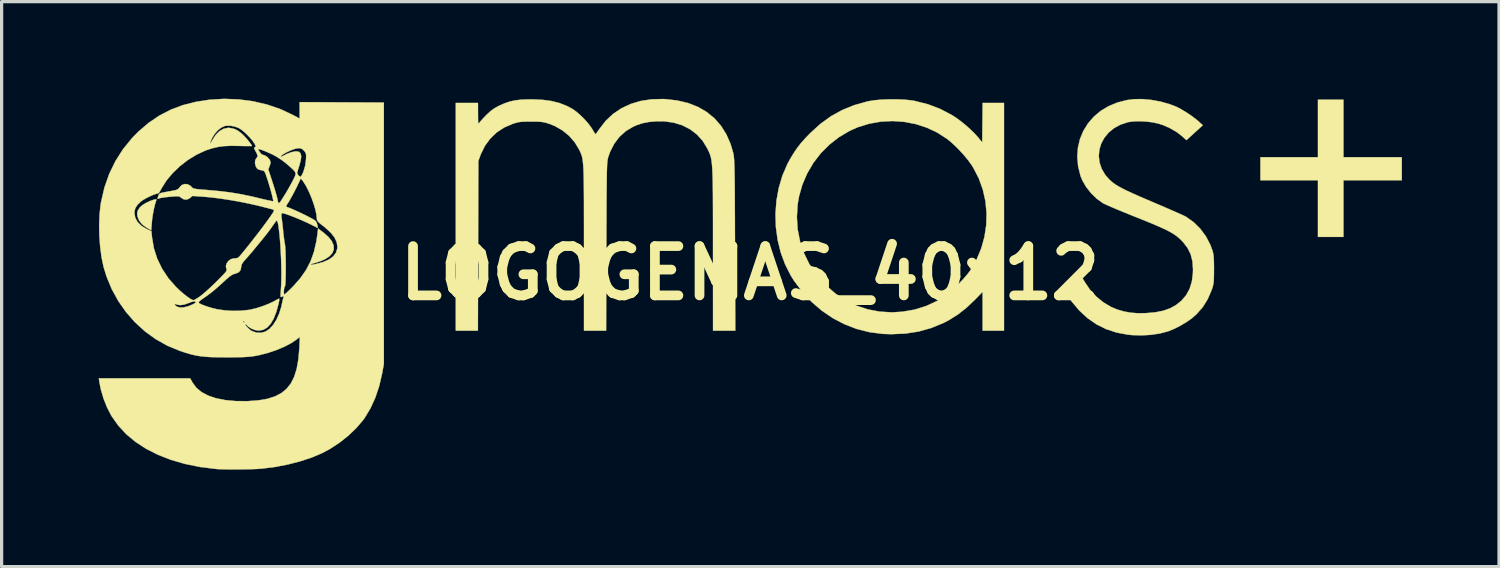
<source format=kicad_pcb>
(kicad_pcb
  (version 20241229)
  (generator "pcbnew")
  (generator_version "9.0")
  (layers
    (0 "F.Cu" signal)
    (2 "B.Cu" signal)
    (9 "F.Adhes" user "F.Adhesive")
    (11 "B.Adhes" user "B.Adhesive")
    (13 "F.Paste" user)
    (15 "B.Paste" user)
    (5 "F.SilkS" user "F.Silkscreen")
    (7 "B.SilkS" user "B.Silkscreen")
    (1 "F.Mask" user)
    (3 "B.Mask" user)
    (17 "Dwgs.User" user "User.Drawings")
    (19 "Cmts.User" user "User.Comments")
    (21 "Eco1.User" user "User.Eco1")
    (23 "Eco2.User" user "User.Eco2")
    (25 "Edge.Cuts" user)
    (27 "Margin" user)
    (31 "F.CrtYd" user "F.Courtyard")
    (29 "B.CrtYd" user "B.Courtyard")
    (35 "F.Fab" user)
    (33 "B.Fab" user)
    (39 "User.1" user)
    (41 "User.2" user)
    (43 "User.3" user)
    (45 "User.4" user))
  (footprint "LOGOGEMAS_40x12"
    (layer "F.Cu")
    (at 20.128 5.39)
    (property "Reference" "LOGOGEMAS_40x12" (at 0 0 0) (layer "F.SilkS") (effects (font (size 1.524 1.524) (thickness 0.3))))
    (attr through_hole)
    (fp_poly (pts (xy 18.339 -3.581) (xy 20.142 -3.581) (xy 20.142 -2.87) (xy 18.339 -2.87) (xy 18.339 -1.118) (xy 17.551 -1.118) (xy 17.551 -2.87) (xy 15.773 -2.87) (xy 15.773 -3.581) (xy 17.551 -3.581) (xy 17.551 -5.359) (xy 18.339 -5.359) (xy 18.339 -3.581)) (stroke (width 0.01) (type solid)) (fill yes) (layer "F.SilkS"))
    (fp_poly (pts (xy -18.342 -2.271) (xy -18.35 -2.245) (xy -18.386 -2.134) (xy -18.421 -1.989) (xy -18.452 -1.828) (xy -18.476 -1.667) (xy -18.486 -1.565) (xy -18.504 -1.322) (xy -18.634 -1.396) (xy -18.778 -1.499) (xy -18.876 -1.618) (xy -18.924 -1.732) (xy -18.941 -1.84) (xy -18.922 -1.93) (xy -18.863 -2.021) (xy -18.847 -2.04) (xy -18.773 -2.104) (xy -18.666 -2.169) (xy -18.544 -2.228) (xy -18.423 -2.27) (xy -18.404 -2.275) (xy -18.354 -2.284) (xy -18.342 -2.271)) (stroke (width 0.01) (type solid)) (fill yes) (layer "F.SilkS"))
    (fp_poly (pts (xy 4.546 -5.371) (xy 4.778 -5.36) (xy 4.985 -5.339) (xy 5.08 -5.323) (xy 5.492 -5.22) (xy 5.877 -5.074) (xy 6.235 -4.886) (xy 6.347 -4.816) (xy 6.502 -4.703) (xy 6.667 -4.57) (xy 6.826 -4.427) (xy 6.965 -4.289) (xy 7.048 -4.195) (xy 7.176 -4.04) (xy 7.182 -4.649) (xy 7.189 -5.258) (xy 7.849 -5.258) (xy 7.849 1.778) (xy 7.188 1.778) (xy 7.188 0.578) (xy 6.941 0.832) (xy 6.685 1.074) (xy 6.428 1.276) (xy 6.158 1.446) (xy 5.983 1.538) (xy 5.606 1.694) (xy 5.211 1.805) (xy 4.797 1.869) (xy 4.362 1.887) (xy 4.102 1.878) (xy 3.695 1.826) (xy 3.299 1.726) (xy 2.919 1.58) (xy 2.557 1.391) (xy 2.217 1.159) (xy 1.902 0.889) (xy 1.616 0.58) (xy 1.361 0.237) (xy 1.262 0.079) (xy 1.085 -0.269) (xy 0.948 -0.64) (xy 0.853 -1.028) (xy 0.799 -1.427) (xy 0.79 -1.735) (xy 1.448 -1.735) (xy 1.472 -1.353) (xy 1.545 -0.983) (xy 1.664 -0.626) (xy 1.828 -0.288) (xy 2.038 0.029) (xy 2.079 0.082) (xy 2.345 0.377) (xy 2.637 0.63) (xy 2.951 0.839) (xy 3.285 1.003) (xy 3.637 1.12) (xy 4.004 1.19) (xy 4.383 1.213) (xy 4.712 1.193) (xy 5.086 1.128) (xy 5.437 1.019) (xy 5.768 0.865) (xy 5.963 0.747) (xy 6.11 0.638) (xy 6.271 0.501) (xy 6.435 0.346) (xy 6.59 0.185) (xy 6.723 0.029) (xy 6.814 -0.093) (xy 7.003 -0.422) (xy 7.147 -0.767) (xy 7.246 -1.126) (xy 7.301 -1.491) (xy 7.31 -1.859) (xy 7.275 -2.225) (xy 7.194 -2.584) (xy 7.069 -2.93) (xy 6.898 -3.26) (xy 6.849 -3.338) (xy 6.733 -3.499) (xy 6.587 -3.673) (xy 6.425 -3.847) (xy 6.26 -4.006) (xy 6.106 -4.136) (xy 6.096 -4.143) (xy 5.794 -4.339) (xy 5.469 -4.493) (xy 5.125 -4.605) (xy 4.77 -4.674) (xy 4.407 -4.7) (xy 4.044 -4.681) (xy 3.685 -4.618) (xy 3.337 -4.511) (xy 3.079 -4.397) (xy 2.751 -4.203) (xy 2.452 -3.97) (xy 2.187 -3.704) (xy 1.958 -3.407) (xy 1.768 -3.083) (xy 1.619 -2.738) (xy 1.515 -2.375) (xy 1.472 -2.123) (xy 1.448 -1.735) (xy 0.79 -1.735) (xy 0.787 -1.83) (xy 0.816 -2.232) (xy 0.887 -2.626) (xy 0.999 -3.007) (xy 1.153 -3.367) (xy 1.238 -3.525) (xy 1.348 -3.706) (xy 1.456 -3.866) (xy 1.573 -4.016) (xy 1.71 -4.17) (xy 1.867 -4.332) (xy 2.178 -4.614) (xy 2.503 -4.849) (xy 2.848 -5.04) (xy 3.218 -5.19) (xy 3.619 -5.303) (xy 3.666 -5.313) (xy 3.848 -5.342) (xy 4.066 -5.362) (xy 4.304 -5.371) (xy 4.546 -5.371)) (stroke (width 0.01) (type solid)) (fill yes) (layer "F.SilkS"))
    (fp_poly (pts (xy 12.411 -5.351) (xy 12.696 -5.298) (xy 12.97 -5.22) (xy 13.17 -5.143) (xy 13.312 -5.07) (xy 13.474 -4.974) (xy 13.637 -4.865) (xy 13.784 -4.754) (xy 13.861 -4.689) (xy 13.993 -4.57) (xy 13.74 -4.34) (xy 13.488 -4.11) (xy 13.343 -4.239) (xy 13.174 -4.367) (xy 12.973 -4.483) (xy 12.759 -4.576) (xy 12.606 -4.625) (xy 12.424 -4.662) (xy 12.225 -4.685) (xy 12.024 -4.694) (xy 11.837 -4.687) (xy 11.681 -4.665) (xy 11.674 -4.663) (xy 11.444 -4.587) (xy 11.246 -4.478) (xy 11.08 -4.341) (xy 10.949 -4.181) (xy 10.853 -4.004) (xy 10.796 -3.814) (xy 10.778 -3.618) (xy 10.801 -3.419) (xy 10.867 -3.224) (xy 10.977 -3.037) (xy 11.104 -2.891) (xy 11.167 -2.834) (xy 11.235 -2.78) (xy 11.313 -2.725) (xy 11.408 -2.669) (xy 11.522 -2.608) (xy 11.661 -2.539) (xy 11.83 -2.461) (xy 12.033 -2.371) (xy 12.275 -2.267) (xy 12.475 -2.182) (xy 12.68 -2.094) (xy 12.874 -2.011) (xy 13.051 -1.934) (xy 13.206 -1.866) (xy 13.332 -1.809) (xy 13.423 -1.767) (xy 13.474 -1.742) (xy 13.476 -1.74) (xy 13.709 -1.575) (xy 13.915 -1.371) (xy 14.09 -1.134) (xy 14.226 -0.872) (xy 14.29 -0.699) (xy 14.309 -0.629) (xy 14.322 -0.553) (xy 14.331 -0.461) (xy 14.336 -0.341) (xy 14.338 -0.185) (xy 14.338 -0.114) (xy 14.337 0.047) (xy 14.334 0.168) (xy 14.329 0.26) (xy 14.32 0.334) (xy 14.305 0.401) (xy 14.283 0.471) (xy 14.266 0.521) (xy 14.144 0.805) (xy 13.989 1.054) (xy 13.796 1.272) (xy 13.656 1.394) (xy 13.497 1.507) (xy 13.31 1.619) (xy 13.116 1.718) (xy 12.934 1.793) (xy 12.908 1.802) (xy 12.661 1.867) (xy 12.384 1.908) (xy 12.092 1.924) (xy 11.8 1.915) (xy 11.671 1.901) (xy 11.324 1.836) (xy 11.003 1.73) (xy 10.706 1.583) (xy 10.431 1.392) (xy 10.176 1.157) (xy 9.939 0.876) (xy 9.718 0.548) (xy 9.706 0.529) (xy 9.65 0.436) (xy 9.928 0.269) (xy 10.034 0.206) (xy 10.125 0.154) (xy 10.192 0.118) (xy 10.226 0.102) (xy 10.227 0.102) (xy 10.249 0.123) (xy 10.287 0.178) (xy 10.335 0.257) (xy 10.351 0.284) (xy 10.507 0.515) (xy 10.7 0.725) (xy 10.92 0.904) (xy 11.159 1.046) (xy 11.338 1.121) (xy 11.55 1.184) (xy 11.757 1.222) (xy 11.976 1.24) (xy 12.225 1.237) (xy 12.243 1.236) (xy 12.528 1.211) (xy 12.774 1.162) (xy 12.986 1.086) (xy 13.171 0.982) (xy 13.332 0.852) (xy 13.477 0.683) (xy 13.583 0.49) (xy 13.653 0.267) (xy 13.686 0.012) (xy 13.69 -0.118) (xy 13.673 -0.365) (xy 13.618 -0.582) (xy 13.522 -0.778) (xy 13.381 -0.961) (xy 13.32 -1.024) (xy 13.25 -1.089) (xy 13.175 -1.15) (xy 13.09 -1.209) (xy 12.991 -1.268) (xy 12.871 -1.331) (xy 12.726 -1.399) (xy 12.551 -1.476) (xy 12.341 -1.564) (xy 12.092 -1.665) (xy 11.938 -1.726) (xy 11.73 -1.81) (xy 11.531 -1.891) (xy 11.349 -1.966) (xy 11.188 -2.034) (xy 11.056 -2.092) (xy 10.959 -2.136) (xy 10.902 -2.165) (xy 10.9 -2.166) (xy 10.713 -2.301) (xy 10.539 -2.471) (xy 10.388 -2.662) (xy 10.271 -2.864) (xy 10.213 -3.005) (xy 10.139 -3.304) (xy 10.113 -3.595) (xy 10.134 -3.877) (xy 10.197 -4.145) (xy 10.302 -4.396) (xy 10.445 -4.626) (xy 10.623 -4.833) (xy 10.836 -5.012) (xy 11.08 -5.159) (xy 11.352 -5.272) (xy 11.651 -5.348) (xy 11.874 -5.376) (xy 12.132 -5.378) (xy 12.411 -5.351)) (stroke (width 0.01) (type solid)) (fill yes) (layer "F.SilkS"))
    (fp_poly (pts (xy -2.618 -5.377) (xy -2.25 -5.335) (xy -1.913 -5.255) (xy -1.609 -5.136) (xy -1.338 -4.979) (xy -1.101 -4.785) (xy -0.898 -4.554) (xy -0.731 -4.288) (xy -0.599 -3.986) (xy -0.518 -3.708) (xy -0.511 -3.675) (xy -0.504 -3.636) (xy -0.499 -3.59) (xy -0.494 -3.534) (xy -0.489 -3.464) (xy -0.485 -3.377) (xy -0.482 -3.27) (xy -0.479 -3.14) (xy -0.476 -2.984) (xy -0.474 -2.799) (xy -0.472 -2.582) (xy -0.47 -2.33) (xy -0.469 -2.04) (xy -0.467 -1.708) (xy -0.466 -1.332) (xy -0.464 -0.908) (xy -0.464 -0.87) (xy -0.455 1.778) (xy -1.143 1.778) (xy -1.144 -0.73) (xy -1.144 -1.164) (xy -1.144 -1.551) (xy -1.145 -1.892) (xy -1.146 -2.193) (xy -1.147 -2.455) (xy -1.15 -2.683) (xy -1.153 -2.878) (xy -1.158 -3.045) (xy -1.164 -3.186) (xy -1.172 -3.305) (xy -1.181 -3.405) (xy -1.192 -3.489) (xy -1.205 -3.56) (xy -1.221 -3.621) (xy -1.239 -3.675) (xy -1.26 -3.727) (xy -1.283 -3.778) (xy -1.31 -3.831) (xy -1.323 -3.859) (xy -1.464 -4.089) (xy -1.641 -4.285) (xy -1.851 -4.445) (xy -2.089 -4.567) (xy -2.354 -4.649) (xy -2.641 -4.69) (xy -2.894 -4.692) (xy -3.124 -4.671) (xy -3.321 -4.632) (xy -3.504 -4.572) (xy -3.618 -4.521) (xy -3.842 -4.386) (xy -4.036 -4.211) (xy -4.196 -3.999) (xy -4.323 -3.753) (xy -4.387 -3.569) (xy -4.394 -3.541) (xy -4.4 -3.508) (xy -4.406 -3.467) (xy -4.411 -3.415) (xy -4.416 -3.349) (xy -4.419 -3.265) (xy -4.423 -3.162) (xy -4.426 -3.034) (xy -4.428 -2.881) (xy -4.43 -2.698) (xy -4.432 -2.482) (xy -4.434 -2.231) (xy -4.435 -1.941) (xy -4.436 -1.61) (xy -4.438 -1.233) (xy -4.439 -0.819) (xy -4.447 1.778) (xy -5.131 1.778) (xy -5.131 -0.781) (xy -5.131 -1.211) (xy -5.131 -1.594) (xy -5.132 -1.932) (xy -5.132 -2.229) (xy -5.134 -2.487) (xy -5.136 -2.71) (xy -5.139 -2.902) (xy -5.142 -3.064) (xy -5.147 -3.201) (xy -5.154 -3.316) (xy -5.162 -3.411) (xy -5.171 -3.489) (xy -5.182 -3.555) (xy -5.195 -3.611) (xy -5.211 -3.66) (xy -5.228 -3.705) (xy -5.248 -3.749) (xy -5.271 -3.796) (xy -5.282 -3.82) (xy -5.417 -4.043) (xy -5.591 -4.243) (xy -5.8 -4.413) (xy -6.035 -4.547) (xy -6.203 -4.614) (xy -6.294 -4.642) (xy -6.374 -4.662) (xy -6.455 -4.674) (xy -6.552 -4.681) (xy -6.678 -4.683) (xy -6.769 -4.683) (xy -6.919 -4.682) (xy -7.031 -4.678) (xy -7.12 -4.67) (xy -7.198 -4.654) (xy -7.281 -4.631) (xy -7.33 -4.615) (xy -7.593 -4.502) (xy -7.827 -4.349) (xy -8.027 -4.158) (xy -8.192 -3.933) (xy -8.319 -3.676) (xy -8.335 -3.632) (xy -8.395 -3.467) (xy -8.402 -0.845) (xy -8.409 1.778) (xy -9.093 1.778) (xy -9.093 -5.258) (xy -8.407 -5.258) (xy -8.406 -4.921) (xy -8.405 -4.786) (xy -8.403 -4.695) (xy -8.399 -4.642) (xy -8.392 -4.621) (xy -8.38 -4.625) (xy -8.364 -4.647) (xy -8.363 -4.648) (xy -8.328 -4.693) (xy -8.266 -4.763) (xy -8.188 -4.845) (xy -8.141 -4.893) (xy -8.021 -5.004) (xy -7.906 -5.089) (xy -7.774 -5.163) (xy -7.746 -5.176) (xy -7.577 -5.25) (xy -7.415 -5.304) (xy -7.247 -5.34) (xy -7.061 -5.361) (xy -6.843 -5.369) (xy -6.731 -5.369) (xy -6.417 -5.356) (xy -6.141 -5.319) (xy -5.892 -5.257) (xy -5.662 -5.166) (xy -5.493 -5.077) (xy -5.373 -4.993) (xy -5.24 -4.878) (xy -5.107 -4.746) (xy -4.988 -4.61) (xy -4.896 -4.483) (xy -4.877 -4.451) (xy -4.831 -4.374) (xy -4.795 -4.317) (xy -4.775 -4.294) (xy -4.774 -4.293) (xy -4.755 -4.313) (xy -4.716 -4.365) (xy -4.665 -4.439) (xy -4.652 -4.457) (xy -4.459 -4.707) (xy -4.232 -4.92) (xy -3.975 -5.093) (xy -3.689 -5.227) (xy -3.377 -5.32) (xy -3.042 -5.371) (xy -2.685 -5.38) (xy -2.618 -5.377)) (stroke (width 0.01) (type solid)) (fill yes) (layer "F.SilkS"))
    (fp_poly (pts (xy -15.799 -5.368) (xy -15.353 -5.309) (xy -14.921 -5.208) (xy -14.509 -5.067) (xy -14.129 -4.888) (xy -13.919 -4.775) (xy -13.919 -5.029) (xy -13.919 -5.284) (xy -11.316 -5.271) (xy -11.316 2.807) (xy -11.371 3.111) (xy -11.459 3.49) (xy -11.578 3.846) (xy -11.727 4.173) (xy -11.901 4.464) (xy -11.961 4.547) (xy -12.168 4.789) (xy -12.414 5.024) (xy -12.688 5.241) (xy -12.978 5.431) (xy -13.23 5.566) (xy -13.548 5.7) (xy -13.904 5.817) (xy -14.286 5.915) (xy -14.683 5.991) (xy -15.085 6.042) (xy -15.113 6.044) (xy -15.228 6.052) (xy -15.379 6.058) (xy -15.556 6.062) (xy -15.747 6.065) (xy -15.941 6.066) (xy -16.126 6.065) (xy -16.291 6.062) (xy -16.425 6.058) (xy -16.497 6.053) (xy -16.993 5.991) (xy -17.459 5.897) (xy -17.893 5.771) (xy -18.293 5.616) (xy -18.659 5.431) (xy -18.987 5.218) (xy -19.276 4.978) (xy -19.524 4.711) (xy -19.73 4.418) (xy -19.744 4.395) (xy -19.872 4.146) (xy -19.98 3.872) (xy -20.062 3.594) (xy -20.106 3.372) (xy -20.123 3.251) (xy -17.302 3.251) (xy -17.224 3.389) (xy -17.107 3.546) (xy -16.946 3.678) (xy -16.744 3.786) (xy -16.501 3.868) (xy -16.219 3.924) (xy -15.899 3.954) (xy -15.544 3.957) (xy -15.507 3.955) (xy -15.191 3.932) (xy -14.917 3.885) (xy -14.682 3.811) (xy -14.484 3.708) (xy -14.32 3.574) (xy -14.187 3.405) (xy -14.085 3.2) (xy -14.009 2.955) (xy -13.958 2.669) (xy -13.929 2.339) (xy -13.927 2.312) (xy -13.911 1.97) (xy -14.012 2.051) (xy -14.183 2.166) (xy -14.394 2.276) (xy -14.634 2.377) (xy -14.893 2.464) (xy -15.159 2.533) (xy -15.278 2.557) (xy -15.373 2.572) (xy -15.474 2.584) (xy -15.589 2.592) (xy -15.726 2.598) (xy -15.893 2.601) (xy -16.1 2.602) (xy -16.192 2.602) (xy -16.443 2.601) (xy -16.652 2.596) (xy -16.83 2.585) (xy -16.988 2.568) (xy -17.134 2.543) (xy -17.28 2.509) (xy -17.434 2.464) (xy -17.608 2.407) (xy -17.631 2.398) (xy -18.011 2.241) (xy -18.369 2.039) (xy -18.702 1.797) (xy -19.007 1.518) (xy -19.026 1.497) (xy -15.672 1.497) (xy -15.653 1.523) (xy -15.646 1.524) (xy -15.622 1.515) (xy -15.621 1.513) (xy -15.639 1.491) (xy -15.646 1.486) (xy -15.67 1.488) (xy -15.672 1.497) (xy -19.026 1.497) (xy -19.282 1.206) (xy -19.449 0.967) (xy -17.779 0.967) (xy -17.756 1) (xy -17.724 1.027) (xy -17.634 1.061) (xy -17.515 1.061) (xy -17.374 1.028) (xy -17.341 1.016) (xy -17.256 0.981) (xy -17.185 0.947) (xy -17.156 0.929) (xy -17.129 0.906) (xy -17.042 0.906) (xy -17.02 0.931) (xy -16.957 0.965) (xy -16.862 1.003) (xy -16.745 1.043) (xy -16.614 1.081) (xy -16.479 1.114) (xy -16.454 1.119) (xy -16.226 1.152) (xy -15.973 1.167) (xy -15.719 1.161) (xy -15.485 1.136) (xy -15.44 1.128) (xy -15.268 1.087) (xy -15.081 1.028) (xy -14.897 0.958) (xy -14.736 0.884) (xy -14.681 0.854) (xy -14.613 0.817) (xy -14.564 0.792) (xy -14.55 0.788) (xy -14.547 0.81) (xy -14.554 0.869) (xy -14.57 0.946) (xy -14.64 1.202) (xy -14.722 1.41) (xy -14.816 1.57) (xy -14.923 1.684) (xy -15.045 1.753) (xy -15.181 1.777) (xy -15.189 1.777) (xy -15.294 1.76) (xy -15.405 1.717) (xy -15.499 1.658) (xy -15.53 1.629) (xy -15.573 1.589) (xy -15.605 1.575) (xy -15.605 1.59) (xy -15.577 1.627) (xy -15.532 1.677) (xy -15.479 1.728) (xy -15.428 1.769) (xy -15.405 1.784) (xy -15.26 1.838) (xy -15.11 1.844) (xy -14.973 1.807) (xy -14.852 1.726) (xy -14.739 1.603) (xy -14.637 1.442) (xy -14.551 1.253) (xy -14.485 1.042) (xy -14.469 0.967) (xy -14.448 0.868) (xy -14.429 0.788) (xy -14.415 0.74) (xy -14.412 0.733) (xy -14.411 0.713) (xy -14.447 0.721) (xy -14.474 0.734) (xy -14.493 0.741) (xy -14.504 0.731) (xy -14.508 0.697) (xy -14.506 0.629) (xy -14.498 0.522) (xy -14.496 0.487) (xy -14.487 0.333) (xy -14.483 0.156) (xy -14.482 -0.039) (xy -14.486 -0.245) (xy -14.492 -0.457) (xy -14.502 -0.668) (xy -14.514 -0.873) (xy -14.529 -1.065) (xy -14.545 -1.238) (xy -14.563 -1.387) (xy -14.581 -1.504) (xy -14.601 -1.585) (xy -14.62 -1.623) (xy -14.626 -1.625) (xy -14.647 -1.605) (xy -14.688 -1.553) (xy -14.74 -1.479) (xy -14.754 -1.458) (xy -14.812 -1.375) (xy -14.893 -1.267) (xy -14.988 -1.145) (xy -15.086 -1.023) (xy -15.11 -0.994) (xy -15.2 -0.885) (xy -15.282 -0.786) (xy -15.349 -0.704) (xy -15.395 -0.649) (xy -15.405 -0.637) (xy -15.447 -0.588) (xy -15.51 -0.516) (xy -15.582 -0.435) (xy -15.589 -0.427) (xy -15.662 -0.342) (xy -15.703 -0.278) (xy -15.721 -0.222) (xy -15.723 -0.194) (xy -15.744 -0.093) (xy -15.806 -0.022) (xy -15.908 0.018) (xy -15.915 0.02) (xy -15.967 0.034) (xy -16.023 0.064) (xy -16.092 0.114) (xy -16.182 0.19) (xy -16.271 0.271) (xy -16.422 0.409) (xy -16.548 0.519) (xy -16.663 0.612) (xy -16.776 0.696) (xy -16.896 0.779) (xy -16.969 0.832) (xy -17.022 0.877) (xy -17.042 0.906) (xy -17.042 0.906) (xy -17.129 0.906) (xy -17.123 0.9) (xy -17.13 0.885) (xy -17.152 0.875) (xy -17.203 0.876) (xy -17.285 0.899) (xy -17.346 0.924) (xy -17.487 0.973) (xy -17.613 0.99) (xy -17.714 0.972) (xy -17.731 0.964) (xy -17.771 0.952) (xy -17.779 0.967) (xy -19.449 0.967) (xy -19.522 0.864) (xy -19.724 0.496) (xy -19.886 0.105) (xy -19.978 -0.195) (xy -20.039 -0.485) (xy -20.082 -0.807) (xy -20.108 -1.146) (xy -20.114 -1.488) (xy -20.101 -1.818) (xy -20.096 -1.862) (xy -19.024 -1.862) (xy -18.999 -1.714) (xy -18.926 -1.579) (xy -18.808 -1.462) (xy -18.646 -1.363) (xy -18.628 -1.355) (xy -18.498 -1.295) (xy -18.481 -1.111) (xy -18.425 -0.775) (xy -18.321 -0.449) (xy -18.17 -0.137) (xy -17.976 0.156) (xy -17.74 0.425) (xy -17.732 0.433) (xy -17.614 0.545) (xy -17.496 0.647) (xy -17.387 0.732) (xy -17.294 0.796) (xy -17.224 0.831) (xy -17.199 0.837) (xy -17.163 0.824) (xy -17.099 0.787) (xy -17.018 0.734) (xy -16.996 0.719) (xy -16.922 0.661) (xy -16.822 0.575) (xy -16.706 0.471) (xy -16.584 0.356) (xy -16.489 0.264) (xy -16.37 0.145) (xy -16.284 0.057) (xy -16.225 -0.008) (xy -16.19 -0.053) (xy -16.174 -0.085) (xy -16.173 -0.109) (xy -16.18 -0.126) (xy -16.198 -0.208) (xy -16.176 -0.294) (xy -16.124 -0.371) (xy -16.05 -0.428) (xy -15.963 -0.454) (xy -15.936 -0.453) (xy -15.846 -0.465) (xy -15.802 -0.492) (xy -15.762 -0.535) (xy -15.697 -0.611) (xy -15.612 -0.715) (xy -15.512 -0.84) (xy -15.402 -0.978) (xy -15.288 -1.125) (xy -15.174 -1.272) (xy -15.067 -1.414) (xy -14.971 -1.543) (xy -14.911 -1.625) (xy -14.825 -1.746) (xy -14.784 -1.806) (xy -14.485 -1.806) (xy -14.477 -1.721) (xy -14.467 -1.652) (xy -14.454 -1.547) (xy -14.44 -1.422) (xy -14.428 -1.308) (xy -14.415 -1.176) (xy -14.399 -1.051) (xy -14.384 -0.948) (xy -14.373 -0.889) (xy -14.365 -0.83) (xy -14.359 -0.734) (xy -14.353 -0.609) (xy -14.35 -0.465) (xy -14.348 -0.31) (xy -14.347 -0.151) (xy -14.348 0.003) (xy -14.351 0.143) (xy -14.355 0.261) (xy -14.361 0.348) (xy -14.368 0.397) (xy -14.372 0.404) (xy -14.388 0.435) (xy -14.4 0.494) (xy -14.406 0.562) (xy -14.405 0.623) (xy -14.396 0.658) (xy -14.391 0.66) (xy -14.365 0.643) (xy -14.311 0.596) (xy -14.236 0.525) (xy -14.147 0.437) (xy -14.111 0.4) (xy -13.894 0.154) (xy -13.718 -0.099) (xy -13.579 -0.367) (xy -13.475 -0.66) (xy -13.401 -0.983) (xy -13.367 -1.217) (xy -13.348 -1.379) (xy -13.184 -1.255) (xy -13.029 -1.119) (xy -12.924 -0.986) (xy -12.868 -0.857) (xy -12.863 -0.735) (xy -12.906 -0.621) (xy -12.998 -0.518) (xy -13.139 -0.427) (xy -13.297 -0.361) (xy -13.391 -0.33) (xy -13.476 -0.304) (xy -13.522 -0.293) (xy -13.569 -0.278) (xy -13.582 -0.263) (xy -13.581 -0.263) (xy -13.551 -0.261) (xy -13.487 -0.268) (xy -13.42 -0.28) (xy -13.193 -0.341) (xy -13.013 -0.421) (xy -12.879 -0.518) (xy -12.793 -0.635) (xy -12.753 -0.768) (xy -12.751 -0.816) (xy -12.774 -0.961) (xy -12.844 -1.108) (xy -12.963 -1.256) (xy -13.131 -1.409) (xy -13.195 -1.46) (xy -13.288 -1.531) (xy -13.345 -1.584) (xy -13.375 -1.625) (xy -13.385 -1.665) (xy -13.386 -1.676) (xy -13.399 -1.812) (xy -13.436 -1.978) (xy -13.491 -2.162) (xy -13.561 -2.352) (xy -13.64 -2.535) (xy -13.724 -2.699) (xy -13.809 -2.833) (xy -13.828 -2.857) (xy -13.883 -2.926) (xy -13.933 -2.819) (xy -14.011 -2.655) (xy -14.095 -2.491) (xy -14.177 -2.34) (xy -14.249 -2.213) (xy -14.288 -2.152) (xy -14.326 -2.093) (xy -14.336 -2.062) (xy -14.32 -2.046) (xy -14.307 -2.042) (xy -14.224 -2.011) (xy -14.112 -1.964) (xy -13.983 -1.906) (xy -13.847 -1.842) (xy -13.713 -1.776) (xy -13.594 -1.715) (xy -13.498 -1.663) (xy -13.437 -1.625) (xy -13.432 -1.621) (xy -13.399 -1.575) (xy -13.374 -1.504) (xy -13.372 -1.49) (xy -13.354 -1.393) (xy -13.541 -1.488) (xy -13.67 -1.551) (xy -13.81 -1.615) (xy -13.955 -1.677) (xy -14.096 -1.735) (xy -14.225 -1.784) (xy -14.334 -1.823) (xy -14.416 -1.847) (xy -14.462 -1.854) (xy -14.468 -1.852) (xy -14.485 -1.806) (xy -14.784 -1.806) (xy -14.765 -1.832) (xy -14.729 -1.89) (xy -14.713 -1.927) (xy -14.715 -1.948) (xy -14.729 -1.96) (xy -14.739 -1.964) (xy -14.782 -1.977) (xy -14.865 -1.999) (xy -14.978 -2.028) (xy -15.111 -2.062) (xy -15.202 -2.084) (xy -15.496 -2.151) (xy -15.808 -2.213) (xy -16.125 -2.268) (xy -16.432 -2.313) (xy -16.714 -2.346) (xy -16.876 -2.36) (xy -17.23 -2.385) (xy -17.307 -2.32) (xy -17.396 -2.274) (xy -17.489 -2.276) (xy -17.58 -2.328) (xy -17.588 -2.336) (xy -17.615 -2.357) (xy -17.648 -2.37) (xy -17.696 -2.374) (xy -17.772 -2.372) (xy -17.885 -2.363) (xy -17.911 -2.361) (xy -18.03 -2.349) (xy -18.137 -2.335) (xy -18.216 -2.321) (xy -18.248 -2.312) (xy -18.294 -2.296) (xy -18.31 -2.301) (xy -18.301 -2.339) (xy -18.286 -2.382) (xy -18.273 -2.419) (xy -18.256 -2.446) (xy -18.229 -2.465) (xy -18.181 -2.482) (xy -18.105 -2.498) (xy -17.99 -2.519) (xy -17.938 -2.528) (xy -17.819 -2.55) (xy -17.74 -2.568) (xy -17.689 -2.588) (xy -17.658 -2.612) (xy -17.634 -2.645) (xy -17.634 -2.645) (xy -17.565 -2.719) (xy -17.476 -2.753) (xy -17.381 -2.747) (xy -17.293 -2.699) (xy -17.256 -2.661) (xy -17.235 -2.639) (xy -17.208 -2.622) (xy -17.167 -2.609) (xy -17.104 -2.598) (xy -17.011 -2.588) (xy -16.879 -2.577) (xy -16.789 -2.57) (xy -16.41 -2.536) (xy -16.064 -2.494) (xy -15.735 -2.439) (xy -15.406 -2.371) (xy -15.216 -2.326) (xy -15.069 -2.29) (xy -14.94 -2.26) (xy -14.836 -2.238) (xy -14.766 -2.225) (xy -14.737 -2.222) (xy -14.736 -2.222) (xy -14.737 -2.252) (xy -14.75 -2.323) (xy -14.775 -2.425) (xy -14.809 -2.55) (xy -14.85 -2.692) (xy -14.895 -2.84) (xy -14.919 -2.914) (xy -14.956 -3.026) (xy -14.983 -3.098) (xy -15.007 -3.14) (xy -15.034 -3.162) (xy -15.069 -3.173) (xy -15.089 -3.176) (xy -15.177 -3.197) (xy -15.232 -3.231) (xy -15.27 -3.292) (xy -15.278 -3.311) (xy -15.299 -3.403) (xy -15.29 -3.491) (xy -15.254 -3.555) (xy -15.25 -3.558) (xy -15.222 -3.592) (xy -15.219 -3.634) (xy -15.243 -3.697) (xy -15.28 -3.769) (xy -15.307 -3.819) (xy -15.194 -3.819) (xy -15.176 -3.779) (xy -15.143 -3.729) (xy -15.106 -3.685) (xy -15.074 -3.66) (xy -15.067 -3.659) (xy -14.993 -3.637) (xy -14.914 -3.585) (xy -14.854 -3.517) (xy -14.844 -3.502) (xy -14.821 -3.448) (xy -14.818 -3.402) (xy -14.835 -3.34) (xy -14.845 -3.314) (xy -14.887 -3.205) (xy -14.763 -2.828) (xy -14.716 -2.683) (xy -14.673 -2.54) (xy -14.636 -2.413) (xy -14.611 -2.315) (xy -14.605 -2.289) (xy -14.591 -2.221) (xy -14.579 -2.177) (xy -14.563 -2.16) (xy -14.54 -2.173) (xy -14.504 -2.22) (xy -14.45 -2.303) (xy -14.374 -2.425) (xy -14.364 -2.441) (xy -14.29 -2.565) (xy -14.211 -2.705) (xy -14.141 -2.834) (xy -14.124 -2.867) (xy -14.074 -2.967) (xy -14.047 -3.038) (xy -14.045 -3.093) (xy -14.07 -3.144) (xy -14.126 -3.204) (xy -14.216 -3.286) (xy -14.224 -3.293) (xy -14.358 -3.408) (xy -14.478 -3.499) (xy -14.603 -3.58) (xy -14.629 -3.596) (xy -14.503 -3.596) (xy -14.485 -3.596) (xy -14.438 -3.618) (xy -14.418 -3.63) (xy -14.298 -3.691) (xy -14.167 -3.738) (xy -14.047 -3.763) (xy -14.024 -3.764) (xy -13.94 -3.75) (xy -13.889 -3.7) (xy -13.87 -3.612) (xy -13.884 -3.487) (xy -13.929 -3.322) (xy -13.932 -3.312) (xy -13.962 -3.219) (xy -13.984 -3.143) (xy -13.995 -3.098) (xy -13.995 -3.094) (xy -13.979 -3.053) (xy -13.943 -3.009) (xy -13.904 -2.98) (xy -13.887 -2.978) (xy -13.865 -3.004) (xy -13.833 -3.064) (xy -13.8 -3.138) (xy -13.747 -3.318) (xy -13.723 -3.493) (xy -13.718 -3.596) (xy -13.719 -3.663) (xy -13.731 -3.71) (xy -13.755 -3.75) (xy -13.779 -3.779) (xy -13.835 -3.834) (xy -13.896 -3.857) (xy -13.954 -3.861) (xy -14.027 -3.85) (xy -14.12 -3.821) (xy -14.223 -3.78) (xy -14.324 -3.732) (xy -14.412 -3.682) (xy -14.475 -3.636) (xy -14.503 -3.599) (xy -14.503 -3.596) (xy -14.629 -3.596) (xy -14.684 -3.627) (xy -14.766 -3.67) (xy -14.866 -3.716) (xy -14.971 -3.761) (xy -15.069 -3.8) (xy -15.146 -3.826) (xy -15.189 -3.835) (xy -15.194 -3.819) (xy -15.307 -3.819) (xy -15.316 -3.837) (xy -15.327 -3.873) (xy -15.315 -3.885) (xy -15.304 -3.886) (xy -15.278 -3.902) (xy -15.285 -3.945) (xy -15.318 -4.01) (xy -15.373 -4.089) (xy -15.445 -4.176) (xy -15.528 -4.265) (xy -15.616 -4.349) (xy -15.704 -4.422) (xy -15.788 -4.477) (xy -15.802 -4.485) (xy -15.921 -4.529) (xy -16.054 -4.554) (xy -16.181 -4.555) (xy -16.236 -4.545) (xy -16.345 -4.495) (xy -16.454 -4.407) (xy -16.552 -4.293) (xy -16.622 -4.177) (xy -16.66 -4.089) (xy -16.681 -4.031) (xy -16.684 -4.005) (xy -16.669 -4.017) (xy -16.637 -4.071) (xy -16.62 -4.102) (xy -16.519 -4.263) (xy -16.402 -4.383) (xy -16.273 -4.459) (xy -16.137 -4.49) (xy -16.075 -4.487) (xy -15.949 -4.461) (xy -15.836 -4.408) (xy -15.719 -4.321) (xy -15.681 -4.287) (xy -15.622 -4.227) (xy -15.555 -4.153) (xy -15.49 -4.074) (xy -15.435 -4.003) (xy -15.4 -3.951) (xy -15.392 -3.931) (xy -15.416 -3.927) (xy -15.483 -3.926) (xy -15.583 -3.926) (xy -15.709 -3.929) (xy -15.806 -3.931) (xy -16.047 -3.934) (xy -16.251 -3.925) (xy -16.433 -3.901) (xy -16.604 -3.862) (xy -16.78 -3.806) (xy -16.84 -3.783) (xy -17.11 -3.657) (xy -17.373 -3.495) (xy -17.62 -3.304) (xy -17.842 -3.091) (xy -18.032 -2.864) (xy -18.18 -2.63) (xy -18.197 -2.597) (xy -18.237 -2.526) (xy -18.271 -2.477) (xy -18.289 -2.464) (xy -18.351 -2.451) (xy -18.443 -2.418) (xy -18.55 -2.371) (xy -18.659 -2.317) (xy -18.756 -2.261) (xy -18.827 -2.211) (xy -18.832 -2.206) (xy -18.935 -2.103) (xy -18.996 -2.006) (xy -19.022 -1.905) (xy -19.024 -1.862) (xy -20.096 -1.862) (xy -20.068 -2.12) (xy -20.055 -2.197) (xy -19.951 -2.644) (xy -19.803 -3.066) (xy -19.611 -3.461) (xy -19.377 -3.829) (xy -19.1 -4.17) (xy -18.902 -4.372) (xy -18.587 -4.642) (xy -18.255 -4.867) (xy -17.902 -5.05) (xy -17.524 -5.192) (xy -17.117 -5.295) (xy -16.708 -5.358) (xy -16.253 -5.385) (xy -15.799 -5.368)) (stroke (width 0.01) (type solid)) (fill yes) (layer "F.SilkS")))
  (gr_rect
    (start -3 -3)
    (end 43.275 14.461)
    (stroke (width 0.1) (type default))
    (fill no)
    (layer "Edge.Cuts")))
</source>
